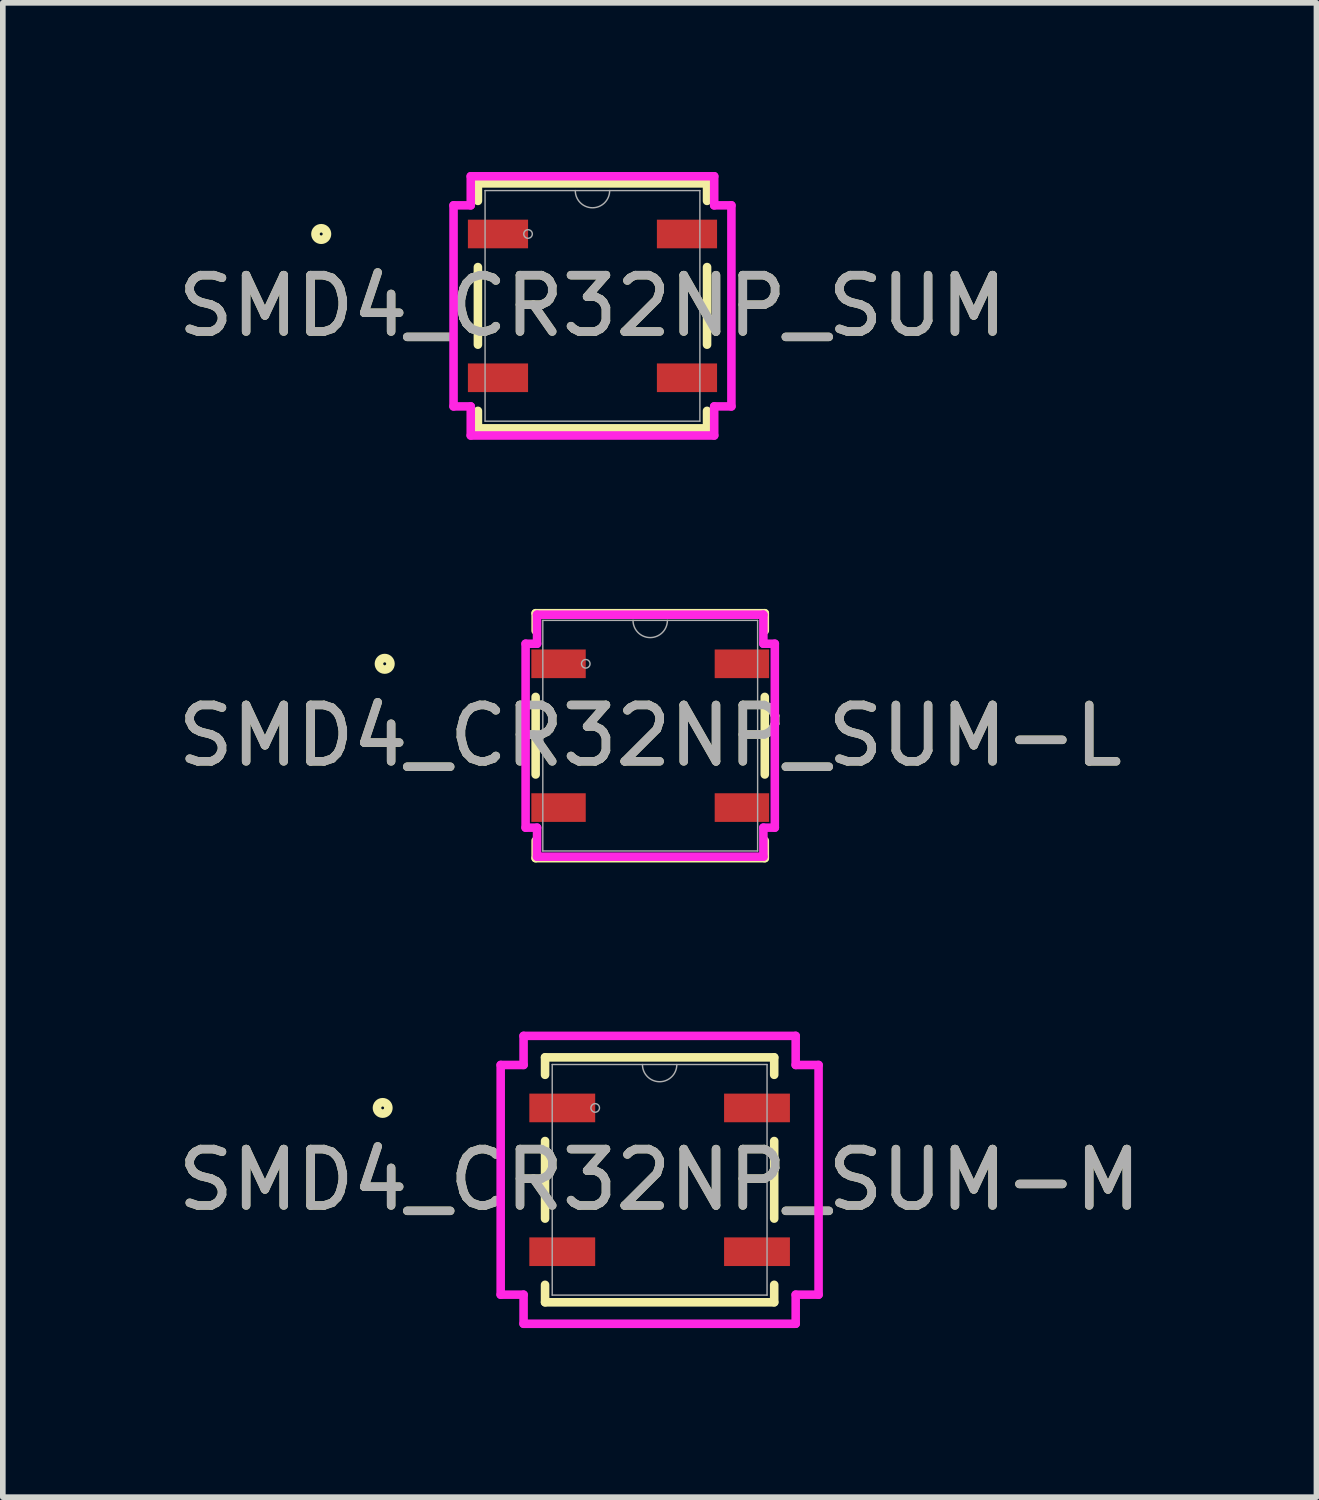
<source format=kicad_pcb>
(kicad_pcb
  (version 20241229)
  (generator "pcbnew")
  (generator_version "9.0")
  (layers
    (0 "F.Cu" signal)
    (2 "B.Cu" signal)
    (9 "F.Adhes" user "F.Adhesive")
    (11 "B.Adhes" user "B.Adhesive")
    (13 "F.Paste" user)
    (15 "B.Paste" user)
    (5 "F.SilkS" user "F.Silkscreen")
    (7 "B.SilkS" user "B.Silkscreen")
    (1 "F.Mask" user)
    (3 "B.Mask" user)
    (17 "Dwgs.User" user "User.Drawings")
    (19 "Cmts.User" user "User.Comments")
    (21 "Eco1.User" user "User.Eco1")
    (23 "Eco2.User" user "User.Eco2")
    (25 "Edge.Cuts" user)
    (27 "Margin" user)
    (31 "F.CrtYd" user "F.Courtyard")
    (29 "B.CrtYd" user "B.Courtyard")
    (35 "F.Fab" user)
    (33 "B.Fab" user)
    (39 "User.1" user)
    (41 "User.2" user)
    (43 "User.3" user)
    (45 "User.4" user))
  (footprint "SMD4_CR32NP_SUM"
    (layer "F.Cu")
    (at 7.458 2.375)
    (property "Reference" "SMD4_CR32NP_SUM" (at 0 0 0) (unlocked yes) (layer "F.SilkS") (effects (font (size 1 1) (thickness 0.15))))
    (attr smd)
    (fp_line (start -2.032 -2.172) (end -2.032 -1.862) (stroke (width 0.152) (type solid)) (layer "F.SilkS"))
    (fp_line (start -2.032 -0.688) (end -2.032 0.688) (stroke (width 0.152) (type solid)) (layer "F.SilkS"))
    (fp_line (start -2.032 1.862) (end -2.032 2.172) (stroke (width 0.152) (type solid)) (layer "F.SilkS"))
    (fp_line (start -2.032 2.172) (end 2.032 2.172) (stroke (width 0.152) (type solid)) (layer "F.SilkS"))
    (fp_line (start 2.032 -2.172) (end -2.032 -2.172) (stroke (width 0.152) (type solid)) (layer "F.SilkS"))
    (fp_line (start 2.032 -1.862) (end 2.032 -2.172) (stroke (width 0.152) (type solid)) (layer "F.SilkS"))
    (fp_line (start 2.032 0.688) (end 2.032 -0.688) (stroke (width 0.152) (type solid)) (layer "F.SilkS"))
    (fp_line (start 2.032 2.172) (end 2.032 1.862) (stroke (width 0.152) (type solid)) (layer "F.SilkS"))
    (fp_circle (center -4.811 -1.275) (end -4.709 -1.275) (stroke (width 0.152) (type solid)) (fill no) (layer "F.SilkS"))
    (fp_line (start -2.464 -1.783) (end -2.159 -1.783) (stroke (width 0.152) (type solid)) (layer "F.CrtYd"))
    (fp_line (start -2.464 1.783) (end -2.464 -1.783) (stroke (width 0.152) (type solid)) (layer "F.CrtYd"))
    (fp_line (start -2.464 1.783) (end -2.159 1.783) (stroke (width 0.152) (type solid)) (layer "F.CrtYd"))
    (fp_line (start -2.159 -2.299) (end 2.159 -2.299) (stroke (width 0.152) (type solid)) (layer "F.CrtYd"))
    (fp_line (start -2.159 -1.783) (end -2.159 -2.299) (stroke (width 0.152) (type solid)) (layer "F.CrtYd"))
    (fp_line (start -2.159 2.299) (end -2.159 1.783) (stroke (width 0.152) (type solid)) (layer "F.CrtYd"))
    (fp_line (start 2.159 -2.299) (end 2.159 -1.783) (stroke (width 0.152) (type solid)) (layer "F.CrtYd"))
    (fp_line (start 2.159 1.783) (end 2.159 2.299) (stroke (width 0.152) (type solid)) (layer "F.CrtYd"))
    (fp_line (start 2.159 2.299) (end -2.159 2.299) (stroke (width 0.152) (type solid)) (layer "F.CrtYd"))
    (fp_line (start 2.464 -1.783) (end 2.159 -1.783) (stroke (width 0.152) (type solid)) (layer "F.CrtYd"))
    (fp_line (start 2.464 -1.783) (end 2.464 1.783) (stroke (width 0.152) (type solid)) (layer "F.CrtYd"))
    (fp_line (start 2.464 1.783) (end 2.159 1.783) (stroke (width 0.152) (type solid)) (layer "F.CrtYd"))
    (fp_line (start -1.905 -2.045) (end -1.905 2.045) (stroke (width 0.025) (type solid)) (layer "F.Fab"))
    (fp_line (start -1.905 2.045) (end 1.905 2.045) (stroke (width 0.025) (type solid)) (layer "F.Fab"))
    (fp_line (start 1.905 -2.045) (end -1.905 -2.045) (stroke (width 0.025) (type solid)) (layer "F.Fab"))
    (fp_line (start 1.905 2.045) (end 1.905 -2.045) (stroke (width 0.025) (type solid)) (layer "F.Fab"))
    (fp_arc (start 0.3048 -2.0447) (mid 0 -1.7399) (end -0.3048 -2.0447) (stroke (width 0.0254) (type solid)) (layer "F.Fab"))
    (fp_circle (center -1.143 -1.275) (end -1.067 -1.275) (stroke (width 0.025) (type solid)) (fill no) (layer "F.Fab"))
    (fp_text user "${REFERENCE}" (at 0 0 0) (unlocked yes) (layer "F.Fab") (effects (font (size 1 1) (thickness 0.15))))
    (pad "1" smd rect (at -1.676 -1.275) (size 1.067 0.508) (layers "F.Cu" "F.Mask" "F.Paste"))
    (pad "2" smd rect (at -1.676 1.275) (size 1.067 0.508) (layers "F.Cu" "F.Mask" "F.Paste"))
    (pad "3" smd rect (at 1.676 1.275) (size 1.067 0.508) (layers "F.Cu" "F.Mask" "F.Paste"))
    (pad "4" smd rect (at 1.676 -1.275) (size 1.067 0.508) (layers "F.Cu" "F.Mask" "F.Paste")))
  (footprint "SMD4_CR32NP_SUM-M"
    (layer "F.Cu")
    (at 8.649 17.875)
    (property "Reference" "SMD4_CR32NP_SUM-M" (at 0 0 0) (unlocked yes) (layer "F.SilkS") (effects (font (size 1 1) (thickness 0.15))))
    (attr smd)
    (fp_line (start -2.032 -2.172) (end -2.032 -1.862) (stroke (width 0.152) (type solid)) (layer "F.SilkS"))
    (fp_line (start -2.032 -0.688) (end -2.032 0.688) (stroke (width 0.152) (type solid)) (layer "F.SilkS"))
    (fp_line (start -2.032 1.862) (end -2.032 2.172) (stroke (width 0.152) (type solid)) (layer "F.SilkS"))
    (fp_line (start -2.032 2.172) (end 2.032 2.172) (stroke (width 0.152) (type solid)) (layer "F.SilkS"))
    (fp_line (start 2.032 -2.172) (end -2.032 -2.172) (stroke (width 0.152) (type solid)) (layer "F.SilkS"))
    (fp_line (start 2.032 -1.862) (end 2.032 -2.172) (stroke (width 0.152) (type solid)) (layer "F.SilkS"))
    (fp_line (start 2.032 0.688) (end 2.032 -0.688) (stroke (width 0.152) (type solid)) (layer "F.SilkS"))
    (fp_line (start 2.032 2.172) (end 2.032 1.862) (stroke (width 0.152) (type solid)) (layer "F.SilkS"))
    (fp_circle (center -4.912 -1.275) (end -4.811 -1.275) (stroke (width 0.152) (type solid)) (fill no) (layer "F.SilkS"))
    (fp_line (start -2.819 -2.037) (end -2.413 -2.037) (stroke (width 0.152) (type solid)) (layer "F.CrtYd"))
    (fp_line (start -2.819 2.037) (end -2.819 -2.037) (stroke (width 0.152) (type solid)) (layer "F.CrtYd"))
    (fp_line (start -2.819 2.037) (end -2.413 2.037) (stroke (width 0.152) (type solid)) (layer "F.CrtYd"))
    (fp_line (start -2.413 -2.553) (end 2.413 -2.553) (stroke (width 0.152) (type solid)) (layer "F.CrtYd"))
    (fp_line (start -2.413 -2.037) (end -2.413 -2.553) (stroke (width 0.152) (type solid)) (layer "F.CrtYd"))
    (fp_line (start -2.413 2.553) (end -2.413 2.037) (stroke (width 0.152) (type solid)) (layer "F.CrtYd"))
    (fp_line (start 2.413 -2.553) (end 2.413 -2.037) (stroke (width 0.152) (type solid)) (layer "F.CrtYd"))
    (fp_line (start 2.413 2.037) (end 2.413 2.553) (stroke (width 0.152) (type solid)) (layer "F.CrtYd"))
    (fp_line (start 2.413 2.553) (end -2.413 2.553) (stroke (width 0.152) (type solid)) (layer "F.CrtYd"))
    (fp_line (start 2.819 -2.037) (end 2.413 -2.037) (stroke (width 0.152) (type solid)) (layer "F.CrtYd"))
    (fp_line (start 2.819 -2.037) (end 2.819 2.037) (stroke (width 0.152) (type solid)) (layer "F.CrtYd"))
    (fp_line (start 2.819 2.037) (end 2.413 2.037) (stroke (width 0.152) (type solid)) (layer "F.CrtYd"))
    (fp_line (start -1.905 -2.045) (end -1.905 2.045) (stroke (width 0.025) (type solid)) (layer "F.Fab"))
    (fp_line (start -1.905 2.045) (end 1.905 2.045) (stroke (width 0.025) (type solid)) (layer "F.Fab"))
    (fp_line (start 1.905 -2.045) (end -1.905 -2.045) (stroke (width 0.025) (type solid)) (layer "F.Fab"))
    (fp_line (start 1.905 2.045) (end 1.905 -2.045) (stroke (width 0.025) (type solid)) (layer "F.Fab"))
    (fp_arc (start 0.3048 -2.0447) (mid 0 -1.7399) (end -0.3048 -2.0447) (stroke (width 0.0254) (type solid)) (layer "F.Fab"))
    (fp_circle (center -1.143 -1.275) (end -1.067 -1.275) (stroke (width 0.025) (type solid)) (fill no) (layer "F.Fab"))
    (fp_text user "${REFERENCE}" (at 0 0 0) (unlocked yes) (layer "F.Fab") (effects (font (size 1 1) (thickness 0.15))))
    (pad "1" smd rect (at -1.727 -1.275) (size 1.168 0.508) (layers "F.Cu" "F.Mask" "F.Paste"))
    (pad "2" smd rect (at -1.727 1.275) (size 1.168 0.508) (layers "F.Cu" "F.Mask" "F.Paste"))
    (pad "3" smd rect (at 1.727 1.275) (size 1.168 0.508) (layers "F.Cu" "F.Mask" "F.Paste"))
    (pad "4" smd rect (at 1.727 -1.275) (size 1.168 0.508) (layers "F.Cu" "F.Mask" "F.Paste")))
  (footprint "SMD4_CR32NP_SUM-L"
    (layer "F.Cu")
    (at 8.482 9.998)
    (property "Reference" "SMD4_CR32NP_SUM-L" (at 0 0 0) (unlocked yes) (layer "F.SilkS") (effects (font (size 1 1) (thickness 0.15))))
    (attr smd)
    (fp_line (start -2.032 -2.172) (end -2.032 -1.862) (stroke (width 0.152) (type solid)) (layer "F.SilkS"))
    (fp_line (start -2.032 -0.688) (end -2.032 0.688) (stroke (width 0.152) (type solid)) (layer "F.SilkS"))
    (fp_line (start -2.032 1.862) (end -2.032 2.172) (stroke (width 0.152) (type solid)) (layer "F.SilkS"))
    (fp_line (start -2.032 2.172) (end 2.032 2.172) (stroke (width 0.152) (type solid)) (layer "F.SilkS"))
    (fp_line (start 2.032 -2.172) (end -2.032 -2.172) (stroke (width 0.152) (type solid)) (layer "F.SilkS"))
    (fp_line (start 2.032 -1.862) (end 2.032 -2.172) (stroke (width 0.152) (type solid)) (layer "F.SilkS"))
    (fp_line (start 2.032 0.688) (end 2.032 -0.688) (stroke (width 0.152) (type solid)) (layer "F.SilkS"))
    (fp_line (start 2.032 2.172) (end 2.032 1.862) (stroke (width 0.152) (type solid)) (layer "F.SilkS"))
    (fp_circle (center -4.709 -1.275) (end -4.607 -1.275) (stroke (width 0.152) (type solid)) (fill no) (layer "F.SilkS"))
    (fp_line (start -2.21 -1.631) (end -2.007 -1.631) (stroke (width 0.152) (type solid)) (layer "F.CrtYd"))
    (fp_line (start -2.21 1.631) (end -2.21 -1.631) (stroke (width 0.152) (type solid)) (layer "F.CrtYd"))
    (fp_line (start -2.21 1.631) (end -2.007 1.631) (stroke (width 0.152) (type solid)) (layer "F.CrtYd"))
    (fp_line (start -2.007 -2.146) (end 2.007 -2.146) (stroke (width 0.152) (type solid)) (layer "F.CrtYd"))
    (fp_line (start -2.007 -1.631) (end -2.007 -2.146) (stroke (width 0.152) (type solid)) (layer "F.CrtYd"))
    (fp_line (start -2.007 2.146) (end -2.007 1.631) (stroke (width 0.152) (type solid)) (layer "F.CrtYd"))
    (fp_line (start 2.007 -2.146) (end 2.007 -1.631) (stroke (width 0.152) (type solid)) (layer "F.CrtYd"))
    (fp_line (start 2.007 1.631) (end 2.007 2.146) (stroke (width 0.152) (type solid)) (layer "F.CrtYd"))
    (fp_line (start 2.007 2.146) (end -2.007 2.146) (stroke (width 0.152) (type solid)) (layer "F.CrtYd"))
    (fp_line (start 2.21 -1.631) (end 2.007 -1.631) (stroke (width 0.152) (type solid)) (layer "F.CrtYd"))
    (fp_line (start 2.21 -1.631) (end 2.21 1.631) (stroke (width 0.152) (type solid)) (layer "F.CrtYd"))
    (fp_line (start 2.21 1.631) (end 2.007 1.631) (stroke (width 0.152) (type solid)) (layer "F.CrtYd"))
    (fp_line (start -1.905 -2.045) (end -1.905 2.045) (stroke (width 0.025) (type solid)) (layer "F.Fab"))
    (fp_line (start -1.905 2.045) (end 1.905 2.045) (stroke (width 0.025) (type solid)) (layer "F.Fab"))
    (fp_line (start 1.905 -2.045) (end -1.905 -2.045) (stroke (width 0.025) (type solid)) (layer "F.Fab"))
    (fp_line (start 1.905 2.045) (end 1.905 -2.045) (stroke (width 0.025) (type solid)) (layer "F.Fab"))
    (fp_arc (start 0.3048 -2.0447) (mid 0 -1.7399) (end -0.3048 -2.0447) (stroke (width 0.0254) (type solid)) (layer "F.Fab"))
    (fp_circle (center -1.143 -1.275) (end -1.067 -1.275) (stroke (width 0.025) (type solid)) (fill no) (layer "F.Fab"))
    (fp_text user "${REFERENCE}" (at 0 0 0) (unlocked yes) (layer "F.Fab") (effects (font (size 1 1) (thickness 0.15))))
    (pad "1" smd rect (at -1.626 -1.275) (size 0.965 0.508) (layers "F.Cu" "F.Mask" "F.Paste"))
    (pad "2" smd rect (at -1.626 1.275) (size 0.965 0.508) (layers "F.Cu" "F.Mask" "F.Paste"))
    (pad "3" smd rect (at 1.626 1.275) (size 0.965 0.508) (layers "F.Cu" "F.Mask" "F.Paste"))
    (pad "4" smd rect (at 1.626 -1.275) (size 0.965 0.508) (layers "F.Cu" "F.Mask" "F.Paste")))
  (gr_rect
    (start -3 -3)
    (end 20.298 23.503)
    (stroke (width 0.1) (type default))
    (fill no)
    (layer "Edge.Cuts")))
</source>
